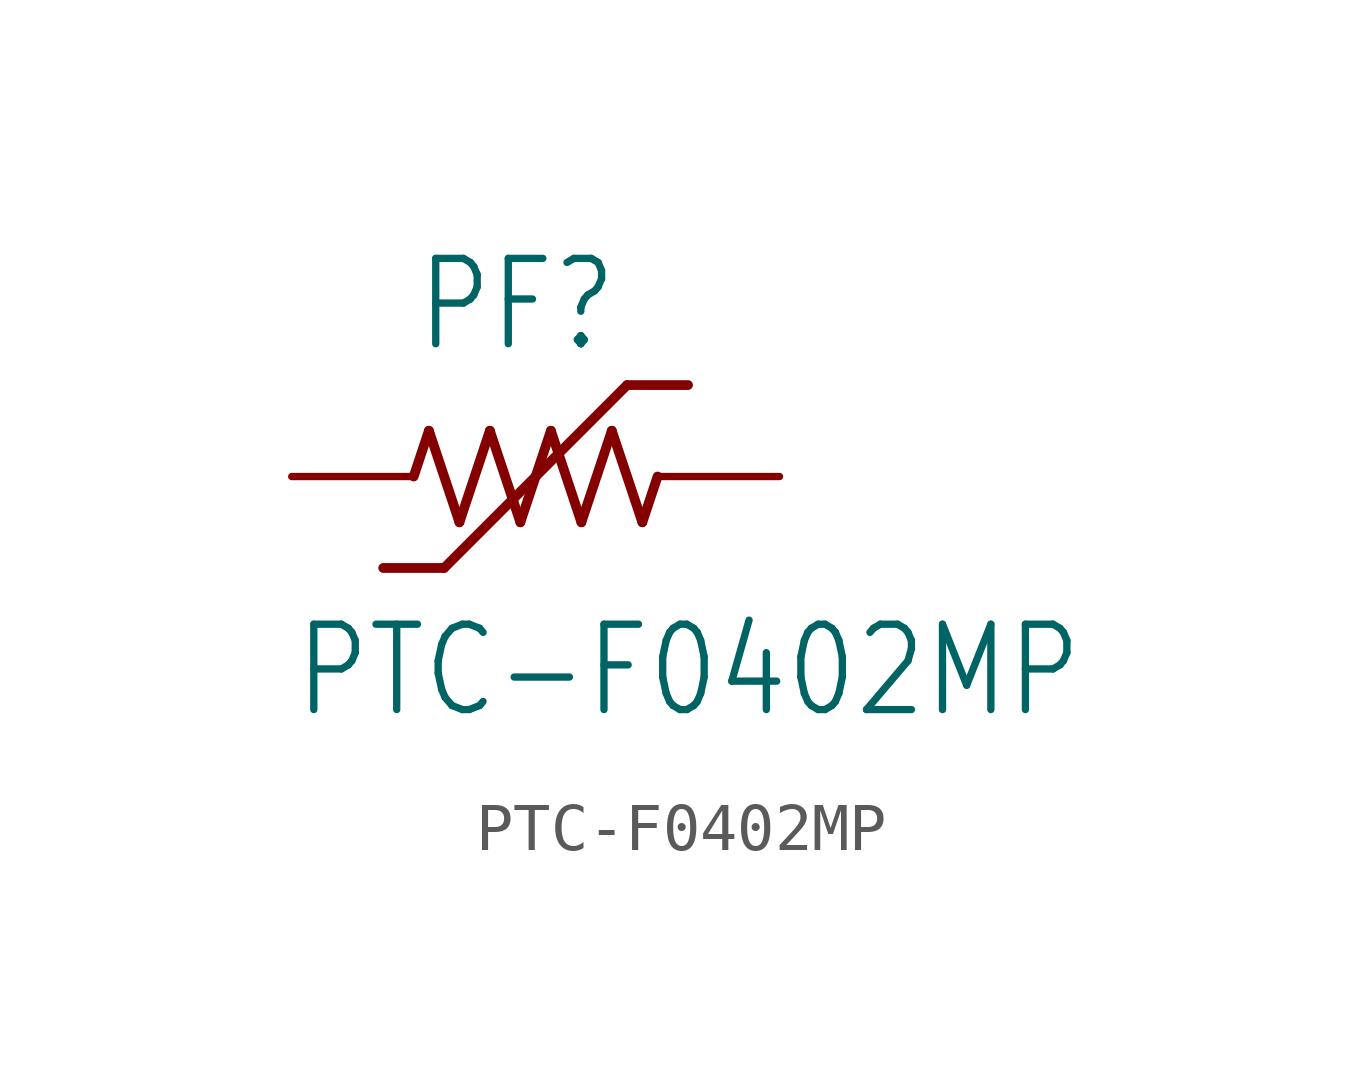
<source format=kicad_sym>
(kicad_symbol_lib
  (version 20211014)
  (generator kicad_symbol_editor)
  (symbol "PTC-F0402MP"
    (property "Reference" "PF"
      (at -2.54 2.54 0)
      (effects (font (size 1.778 1.511)) (justify left bottom)))
    (property "Value" "PTC-F0402MP"
      (at -5.08 -5.08 0)
      (effects (font (size 1.778 1.511)) (justify left bottom)))
    (property "ki_locked" ""
      (at 0 0 0)
      (effects (font (size 1.27 1.27))))
    (symbol "PTC-F0402MP_1_0"
      (polyline (pts (xy -2.54 0) (xy -2.223 0.953)) (stroke (width 0.203) (type default) (color 0 0 0 0)) (fill (type none)))
      (polyline (pts (xy -2.223 0.953) (xy -1.587 -0.953)) (stroke (width 0.203) (type default) (color 0 0 0 0)) (fill (type none)))
      (polyline (pts (xy -1.905 -1.905) (xy -3.175 -1.905)) (stroke (width 0.203) (type default) (color 0 0 0 0)) (fill (type none)))
      (polyline (pts (xy -1.587 -0.953) (xy -0.953 0.953)) (stroke (width 0.203) (type default) (color 0 0 0 0)) (fill (type none)))
      (polyline (pts (xy -0.953 0.953) (xy -0.318 -0.953)) (stroke (width 0.203) (type default) (color 0 0 0 0)) (fill (type none)))
      (polyline (pts (xy -0.318 -0.953) (xy 0.318 0.953)) (stroke (width 0.203) (type default) (color 0 0 0 0)) (fill (type none)))
      (polyline (pts (xy 0.318 0.953) (xy 0.953 -0.953)) (stroke (width 0.203) (type default) (color 0 0 0 0)) (fill (type none)))
      (polyline (pts (xy 0.953 -0.953) (xy 1.587 0.953)) (stroke (width 0.203) (type default) (color 0 0 0 0)) (fill (type none)))
      (polyline (pts (xy 1.587 0.953) (xy 2.223 -0.953)) (stroke (width 0.203) (type default) (color 0 0 0 0)) (fill (type none)))
      (polyline (pts (xy 1.905 1.905) (xy -1.905 -1.905)) (stroke (width 0.203) (type default) (color 0 0 0 0)) (fill (type none)))
      (polyline (pts (xy 2.223 -0.953) (xy 2.54 0)) (stroke (width 0.203) (type default) (color 0 0 0 0)) (fill (type none)))
      (polyline (pts (xy 3.175 1.905) (xy 1.905 1.905)) (stroke (width 0.203) (type default) (color 0 0 0 0)) (fill (type none)))
      (pin passive line (at -5.08 0 0) (length 2.54) (name "1" (effects (font (size 0 0)))) (number "1" (effects (font (size 0 0)))))
      (pin passive line (at 5.08 0 180) (length 2.54) (name "2" (effects (font (size 0 0)))) (number "2" (effects (font (size 0 0))))))))
</source>
